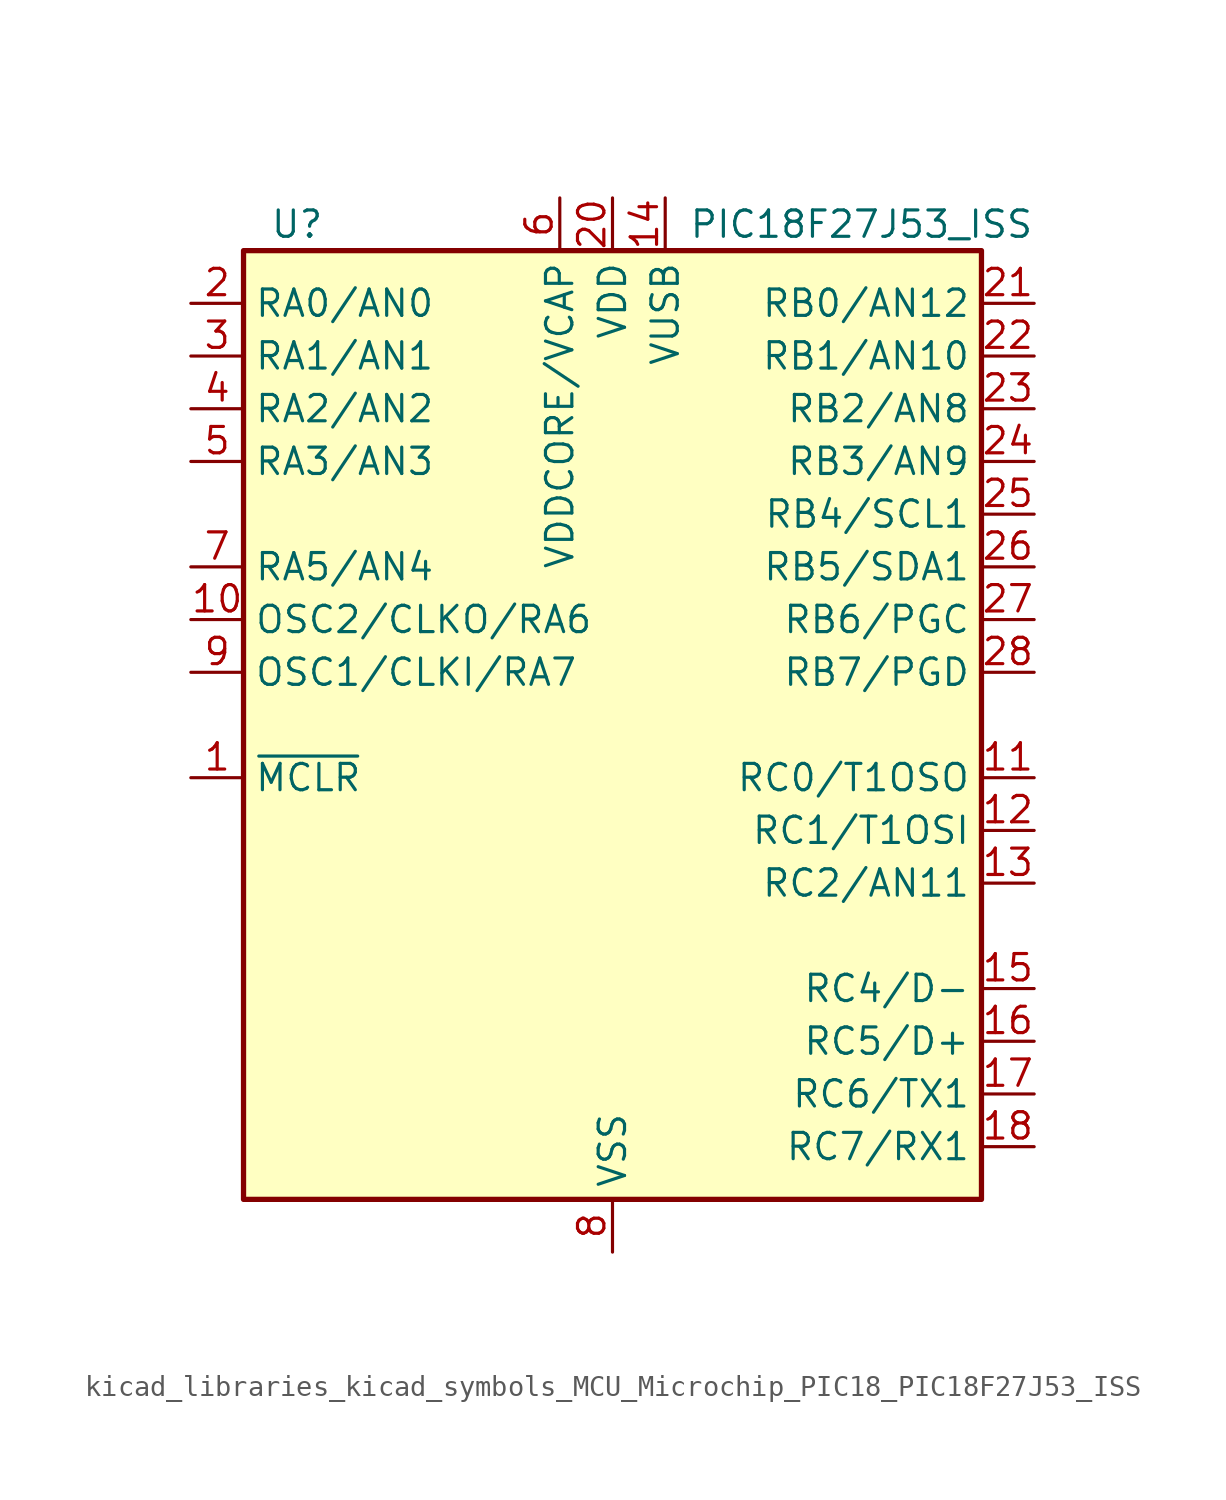
<source format=kicad_sym>
(kicad_symbol_lib
  (version 20220914)
  (generator kicad_symbol_editor)
  (symbol "kicad_libraries_kicad_symbols_MCU_Microchip_PIC18_PIC18F27J53_ISS"
    (property "Reference" "U"
      (at -16.51 24.13 0)
      (effects (font (size 1.27 1.27)) (justify left)))
    (property "Value" "PIC18F27J53_ISS"
      (at 20.32 24.13 0)
      (effects (font (size 1.27 1.27)) (justify right)))
    (symbol "kicad_libraries_kicad_symbols_MCU_Microchip_PIC18_PIC18F27J53_ISS_0_1"
      (rectangle (start 17.78 -22.86) (end -17.78 22.86) (stroke (width 0.254) (type default)) (fill (type background))))
    (symbol "kicad_libraries_kicad_symbols_MCU_Microchip_PIC18_PIC18F27J53_ISS_1_1"
      (pin input line (at -20.32 -2.54 0) (length 2.54) (name "~{MCLR}" (effects (font (size 1.27 1.27)))) (number "1" (effects (font (size 1.27 1.27)))))
      (pin bidirectional line (at -20.32 5.08 0) (length 2.54) (name "OSC2/CLKO/RA6" (effects (font (size 1.27 1.27)))) (number "10" (effects (font (size 1.27 1.27)))))
      (pin bidirectional line (at 20.32 -2.54 180) (length 2.54) (name "RC0/T1OSO" (effects (font (size 1.27 1.27)))) (number "11" (effects (font (size 1.27 1.27)))))
      (pin bidirectional line (at 20.32 -5.08 180) (length 2.54) (name "RC1/T1OSI" (effects (font (size 1.27 1.27)))) (number "12" (effects (font (size 1.27 1.27)))))
      (pin bidirectional line (at 20.32 -7.62 180) (length 2.54) (name "RC2/AN11" (effects (font (size 1.27 1.27)))) (number "13" (effects (font (size 1.27 1.27)))))
      (pin power_in line (at 2.54 25.4 270) (length 2.54) (name "VUSB" (effects (font (size 1.27 1.27)))) (number "14" (effects (font (size 1.27 1.27)))))
      (pin bidirectional line (at 20.32 -12.7 180) (length 2.54) (name "RC4/D-" (effects (font (size 1.27 1.27)))) (number "15" (effects (font (size 1.27 1.27)))))
      (pin bidirectional line (at 20.32 -15.24 180) (length 2.54) (name "RC5/D+" (effects (font (size 1.27 1.27)))) (number "16" (effects (font (size 1.27 1.27)))))
      (pin bidirectional line (at 20.32 -17.78 180) (length 2.54) (name "RC6/TX1" (effects (font (size 1.27 1.27)))) (number "17" (effects (font (size 1.27 1.27)))))
      (pin bidirectional line (at 20.32 -20.32 180) (length 2.54) (name "RC7/RX1" (effects (font (size 1.27 1.27)))) (number "18" (effects (font (size 1.27 1.27)))))
      (pin passive line (at 0 -25.4 90) (length 2.54) hide (name "VSS" (effects (font (size 1.27 1.27)))) (number "19" (effects (font (size 1.27 1.27)))))
      (pin bidirectional line (at -20.32 20.32 0) (length 2.54) (name "RA0/AN0" (effects (font (size 1.27 1.27)))) (number "2" (effects (font (size 1.27 1.27)))))
      (pin power_in line (at 0 25.4 270) (length 2.54) (name "VDD" (effects (font (size 1.27 1.27)))) (number "20" (effects (font (size 1.27 1.27)))))
      (pin bidirectional line (at 20.32 20.32 180) (length 2.54) (name "RB0/AN12" (effects (font (size 1.27 1.27)))) (number "21" (effects (font (size 1.27 1.27)))))
      (pin bidirectional line (at 20.32 17.78 180) (length 2.54) (name "RB1/AN10" (effects (font (size 1.27 1.27)))) (number "22" (effects (font (size 1.27 1.27)))))
      (pin bidirectional line (at 20.32 15.24 180) (length 2.54) (name "RB2/AN8" (effects (font (size 1.27 1.27)))) (number "23" (effects (font (size 1.27 1.27)))))
      (pin bidirectional line (at 20.32 12.7 180) (length 2.54) (name "RB3/AN9" (effects (font (size 1.27 1.27)))) (number "24" (effects (font (size 1.27 1.27)))))
      (pin bidirectional line (at 20.32 10.16 180) (length 2.54) (name "RB4/SCL1" (effects (font (size 1.27 1.27)))) (number "25" (effects (font (size 1.27 1.27)))))
      (pin bidirectional line (at 20.32 7.62 180) (length 2.54) (name "RB5/SDA1" (effects (font (size 1.27 1.27)))) (number "26" (effects (font (size 1.27 1.27)))))
      (pin bidirectional line (at 20.32 5.08 180) (length 2.54) (name "RB6/PGC" (effects (font (size 1.27 1.27)))) (number "27" (effects (font (size 1.27 1.27)))))
      (pin bidirectional line (at 20.32 2.54 180) (length 2.54) (name "RB7/PGD" (effects (font (size 1.27 1.27)))) (number "28" (effects (font (size 1.27 1.27)))))
      (pin bidirectional line (at -20.32 17.78 0) (length 2.54) (name "RA1/AN1" (effects (font (size 1.27 1.27)))) (number "3" (effects (font (size 1.27 1.27)))))
      (pin bidirectional line (at -20.32 15.24 0) (length 2.54) (name "RA2/AN2" (effects (font (size 1.27 1.27)))) (number "4" (effects (font (size 1.27 1.27)))))
      (pin bidirectional line (at -20.32 12.7 0) (length 2.54) (name "RA3/AN3" (effects (font (size 1.27 1.27)))) (number "5" (effects (font (size 1.27 1.27)))))
      (pin power_in line (at -2.54 25.4 270) (length 2.54) (name "VDDCORE/VCAP" (effects (font (size 1.27 1.27)))) (number "6" (effects (font (size 1.27 1.27)))))
      (pin bidirectional line (at -20.32 7.62 0) (length 2.54) (name "RA5/AN4" (effects (font (size 1.27 1.27)))) (number "7" (effects (font (size 1.27 1.27)))))
      (pin power_in line (at 0 -25.4 90) (length 2.54) (name "VSS" (effects (font (size 1.27 1.27)))) (number "8" (effects (font (size 1.27 1.27)))))
      (pin bidirectional line (at -20.32 2.54 0) (length 2.54) (name "OSC1/CLKI/RA7" (effects (font (size 1.27 1.27)))) (number "9" (effects (font (size 1.27 1.27))))))))
</source>
